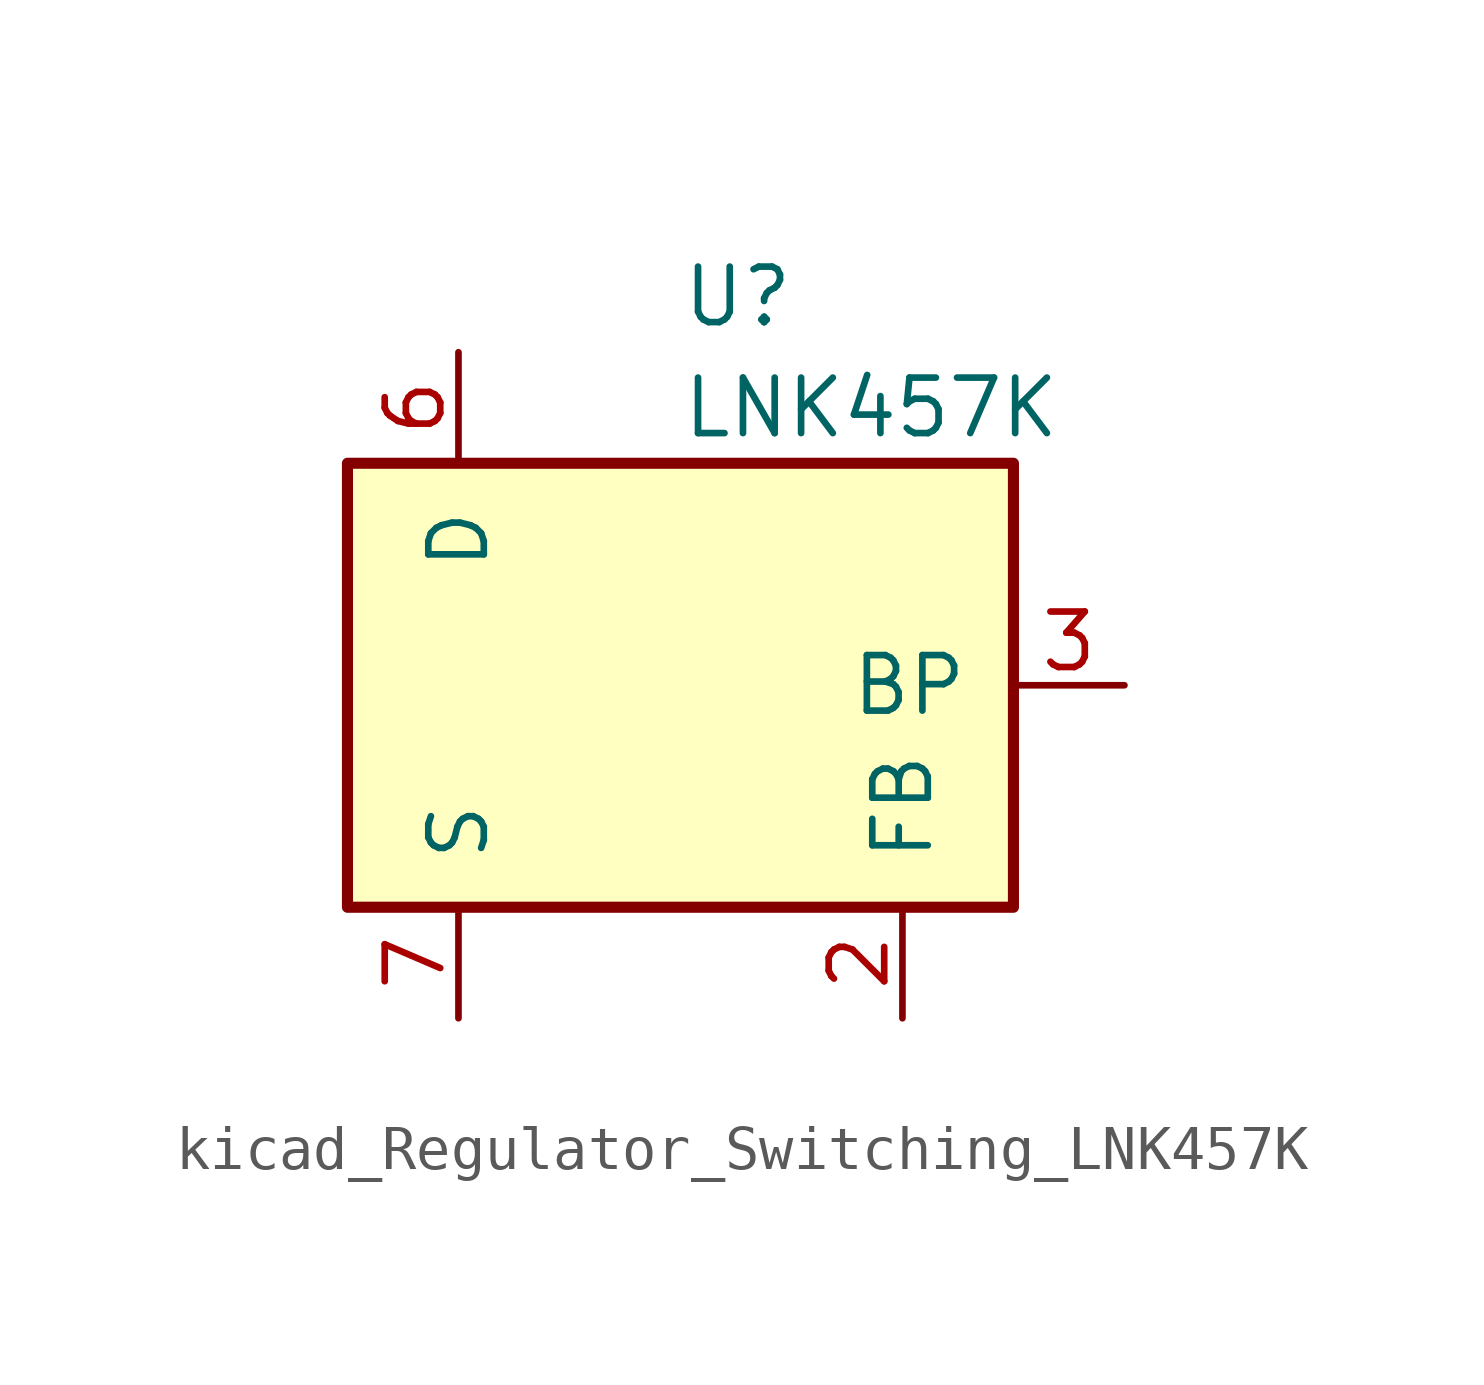
<source format=kicad_sym>
(kicad_symbol_lib
  (version 20220914)
  (generator kicad_symbol_editor)
  (symbol "kicad_Regulator_Switching_LNK457K"
    (pin_names
      (offset 1.016))
    (property "Reference" "U"
      (at 0 8.89 0)
      (effects (font (size 1.27 1.27)) (justify left)))
    (property "Value" "LNK457K"
      (at 0 6.35 0)
      (effects (font (size 1.27 1.27)) (justify left)))
    (symbol "kicad_Regulator_Switching_LNK457K_0_1"
      (rectangle (start -7.62 5.08) (end 7.62 -5.08) (stroke (width 0.254) (type default)) (fill (type background))))
    (symbol "kicad_Regulator_Switching_LNK457K_1_1"
      (pin no_connect line (at -2.54 5.08 270) (length 2.54) hide (name "NC" (effects (font (size 1.27 1.27)))) (number "1" (effects (font (size 1.27 1.27)))))
      (pin passive line (at -5.08 -7.62 90) (length 2.54) hide (name "S" (effects (font (size 1.27 1.27)))) (number "10" (effects (font (size 1.27 1.27)))))
      (pin passive line (at -5.08 -7.62 90) (length 2.54) hide (name "S" (effects (font (size 1.27 1.27)))) (number "11" (effects (font (size 1.27 1.27)))))
      (pin passive line (at -5.08 -7.62 90) (length 2.54) hide (name "S" (effects (font (size 1.27 1.27)))) (number "12" (effects (font (size 1.27 1.27)))))
      (pin passive line (at -5.08 -7.62 90) (length 2.54) hide (name "S" (effects (font (size 1.27 1.27)))) (number "13" (effects (font (size 1.27 1.27)))))
      (pin input line (at 5.08 -7.62 90) (length 2.54) (name "FB" (effects (font (size 1.27 1.27)))) (number "2" (effects (font (size 1.27 1.27)))))
      (pin input line (at 10.16 0 180) (length 2.54) (name "BP" (effects (font (size 1.27 1.27)))) (number "3" (effects (font (size 1.27 1.27)))))
      (pin no_connect line (at 0 5.08 270) (length 2.54) hide (name "NC" (effects (font (size 1.27 1.27)))) (number "4" (effects (font (size 1.27 1.27)))))
      (pin open_collector line (at -5.08 7.62 270) (length 2.54) (name "D" (effects (font (size 1.27 1.27)))) (number "6" (effects (font (size 1.27 1.27)))))
      (pin power_in line (at -5.08 -7.62 90) (length 2.54) (name "S" (effects (font (size 1.27 1.27)))) (number "7" (effects (font (size 1.27 1.27)))))
      (pin passive line (at -5.08 -7.62 90) (length 2.54) hide (name "S" (effects (font (size 1.27 1.27)))) (number "8" (effects (font (size 1.27 1.27)))))
      (pin passive line (at -5.08 -7.62 90) (length 2.54) hide (name "S" (effects (font (size 1.27 1.27)))) (number "9" (effects (font (size 1.27 1.27))))))))
</source>
